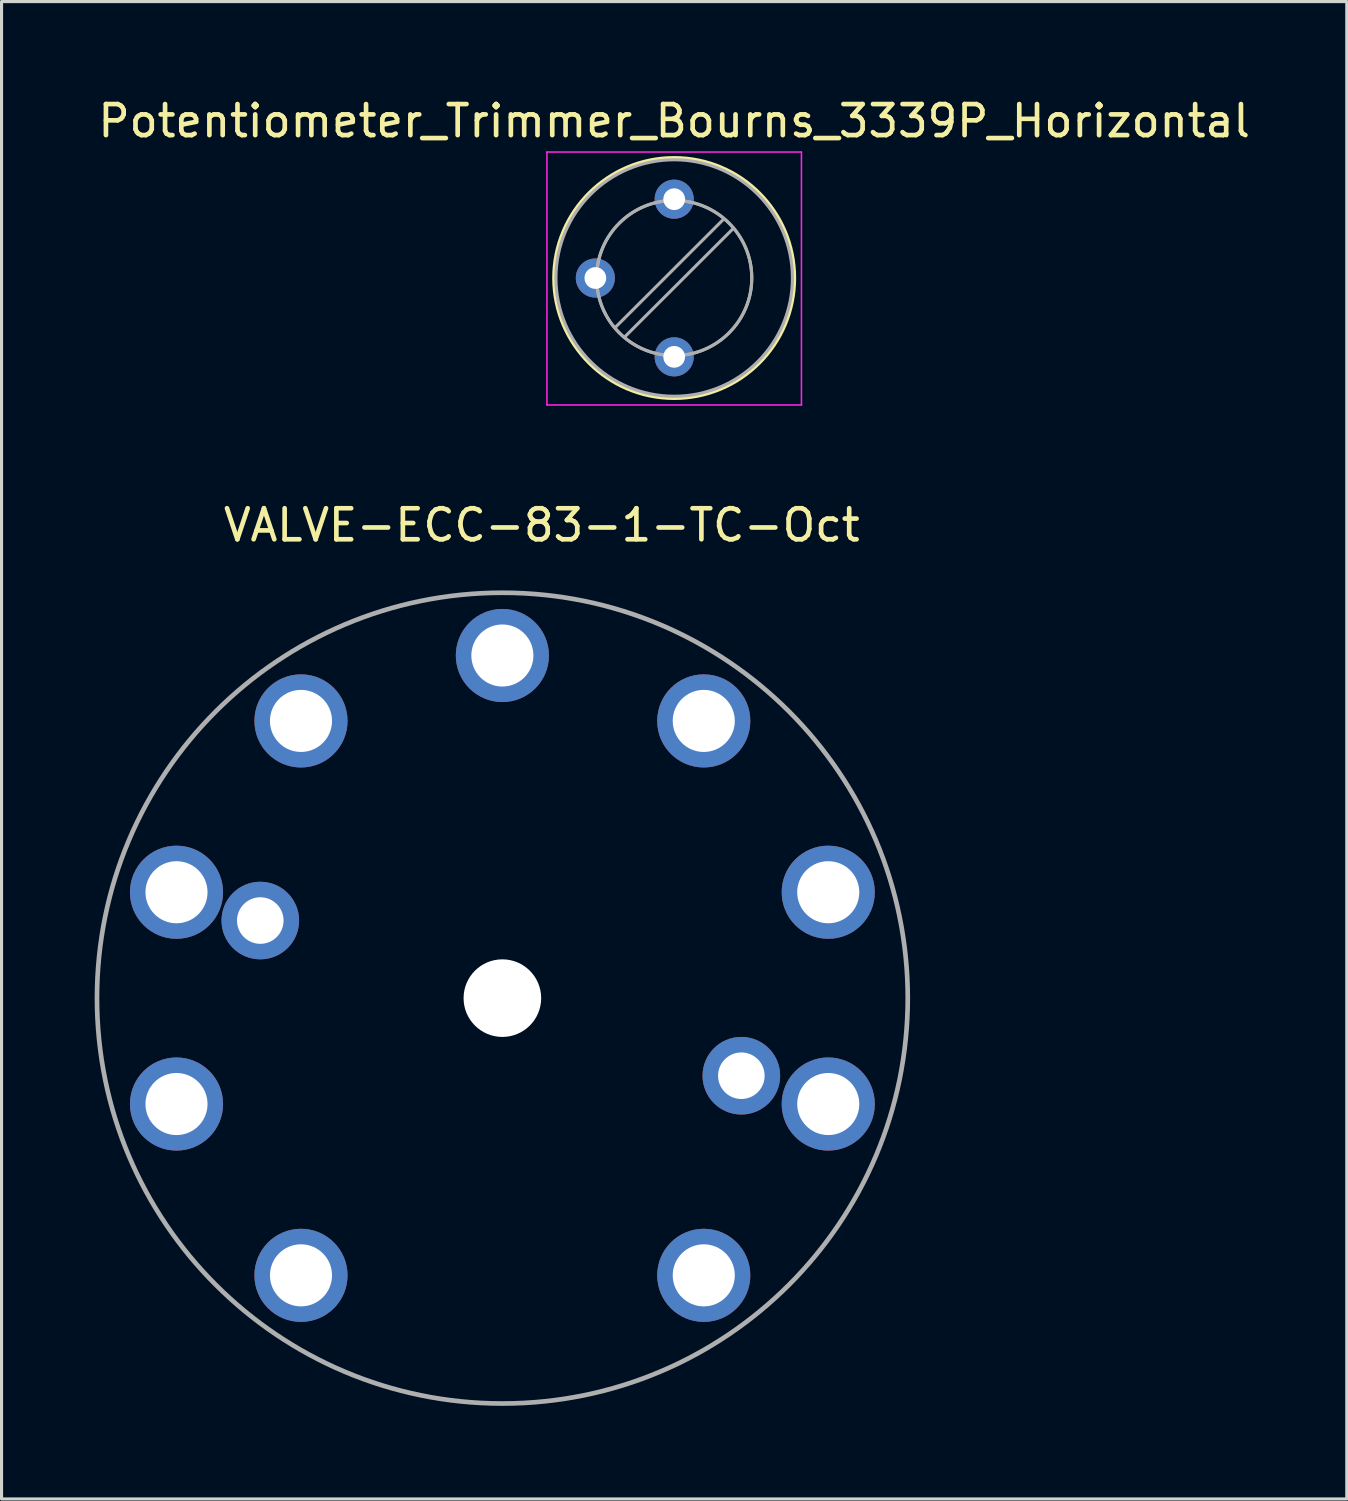
<source format=kicad_pcb>
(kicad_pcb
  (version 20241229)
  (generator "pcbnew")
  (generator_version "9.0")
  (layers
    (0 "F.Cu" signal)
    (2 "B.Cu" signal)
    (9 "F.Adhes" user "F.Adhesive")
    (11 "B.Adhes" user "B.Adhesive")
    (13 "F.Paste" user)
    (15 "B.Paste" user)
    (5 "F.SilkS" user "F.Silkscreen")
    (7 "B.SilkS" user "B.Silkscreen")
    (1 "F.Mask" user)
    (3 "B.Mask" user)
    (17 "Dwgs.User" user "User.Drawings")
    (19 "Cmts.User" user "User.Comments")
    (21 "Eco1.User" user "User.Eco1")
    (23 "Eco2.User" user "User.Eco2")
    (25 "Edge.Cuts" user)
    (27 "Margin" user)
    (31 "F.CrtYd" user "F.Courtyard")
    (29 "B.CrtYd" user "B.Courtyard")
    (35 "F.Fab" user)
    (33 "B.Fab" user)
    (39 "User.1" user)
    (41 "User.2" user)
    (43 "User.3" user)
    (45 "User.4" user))
  (footprint "VALVE-ECC-83-1-TC-Oct"
    (layer "F.Cu")
    (at 13.137 29.111)
    (property "Reference" "VALVE-ECC-83-1-TC-Oct" (at 1.27 -15.24 0) (layer "F.SilkS") (effects (font (size 1 1) (thickness 0.15))))
    (attr through_hole)
    (fp_circle (center 0 0) (end 13 1.27) (stroke (width 0.15) (type solid)) (fill no) (layer "F.Fab"))
    (pad "" np_thru_hole circle (at 0 0) (size 2.5 2.5) (drill 2.5) (layers "*.Cu" "*.Mask"))
    (pad "1" thru_hole circle (at 6.489 8.932) (size 3 3) (drill 2) (layers "*.Cu" "*.Mask"))
    (pad "2" thru_hole circle (at 10.5 3.412) (size 3 3) (drill 2) (layers "*.Cu" "*.Mask"))
    (pad "3" thru_hole circle (at 10.5 -3.412) (size 3 3) (drill 2) (layers "*.Cu" "*.Mask"))
    (pad "4" thru_hole circle (at 6.489 -8.932) (size 3 3) (drill 2) (layers "*.Cu" "*.Mask"))
    (pad "5" thru_hole circle (at 0 -11.04) (size 3 3) (drill 2) (layers "*.Cu" "*.Mask"))
    (pad "6" thru_hole circle (at -6.489 -8.932) (size 3 3) (drill 2) (layers "*.Cu" "*.Mask"))
    (pad "7" thru_hole circle (at -10.5 -3.412) (size 3 3) (drill 2) (layers "*.Cu" "*.Mask"))
    (pad "8" thru_hole circle (at -10.5 3.412) (size 3 3) (drill 2) (layers "*.Cu" "*.Mask"))
    (pad "9" thru_hole circle (at -6.489 8.932) (size 3 3) (drill 2) (layers "*.Cu" "*.Mask"))
    (pad "10" thru_hole circle (at 7.7 2.5 340) (size 2.5 2.5) (drill 1.5) (layers "*.Cu" "*.Mask"))
    (pad "11" thru_hole circle (at -7.8 -2.5 340) (size 2.5 2.5) (drill 1.5) (layers "*.Cu" "*.Mask")))
  (footprint "Potentiometer_Trimmer_Bourns_3339P_Horizontal"
    (layer "F.Cu")
    (at 18.673 8.448)
    (property "Reference" "Potentiometer_Trimmer_Bourns_3339P_Horizontal" (at 0 -7.6 0) (layer "F.SilkS") (effects (font (size 1 1) (thickness 0.15))))
    (attr through_hole)
    (fp_circle (center 0 -2.54) (end 3.87 -2.54) (stroke (width 0.12) (type solid)) (fill no) (layer "F.SilkS"))
    (fp_line (start -4.1 -6.6) (end -4.1 1.55) (stroke (width 0.05) (type solid)) (layer "F.CrtYd"))
    (fp_line (start -4.1 1.55) (end 4.1 1.55) (stroke (width 0.05) (type solid)) (layer "F.CrtYd"))
    (fp_line (start 4.1 -6.6) (end -4.1 -6.6) (stroke (width 0.05) (type solid)) (layer "F.CrtYd"))
    (fp_line (start 4.1 1.55) (end 4.1 -6.6) (stroke (width 0.05) (type solid)) (layer "F.CrtYd"))
    (fp_line (start 1.592 -4.435) (end -1.897 -0.949) (stroke (width 0.1) (type solid)) (layer "F.Fab"))
    (fp_line (start 1.897 -4.13) (end -1.592 -0.644) (stroke (width 0.1) (type solid)) (layer "F.Fab"))
    (fp_circle (center 0 -2.54) (end 2.5 -2.54) (stroke (width 0.1) (type solid)) (fill no) (layer "F.Fab"))
    (fp_circle (center 0 -2.54) (end 2.5 -2.54) (stroke (width 0.1) (type solid)) (fill no) (layer "F.Fab"))
    (fp_circle (center 0 -2.54) (end 3.81 -2.54) (stroke (width 0.1) (type solid)) (fill no) (layer "F.Fab"))
    (pad "1" thru_hole circle (at 0 0) (size 1.26 1.26) (drill 0.7) (layers "*.Cu" "*.Mask"))
    (pad "2" thru_hole circle (at -2.54 -2.54) (size 1.26 1.26) (drill 0.7) (layers "*.Cu" "*.Mask"))
    (pad "3" thru_hole circle (at 0 -5.08) (size 1.26 1.26) (drill 0.7) (layers "*.Cu" "*.Mask")))
  (gr_rect
    (start -3 -3)
    (end 40.345 45.248)
    (stroke (width 0.1) (type default))
    (fill no)
    (layer "Edge.Cuts")))
</source>
